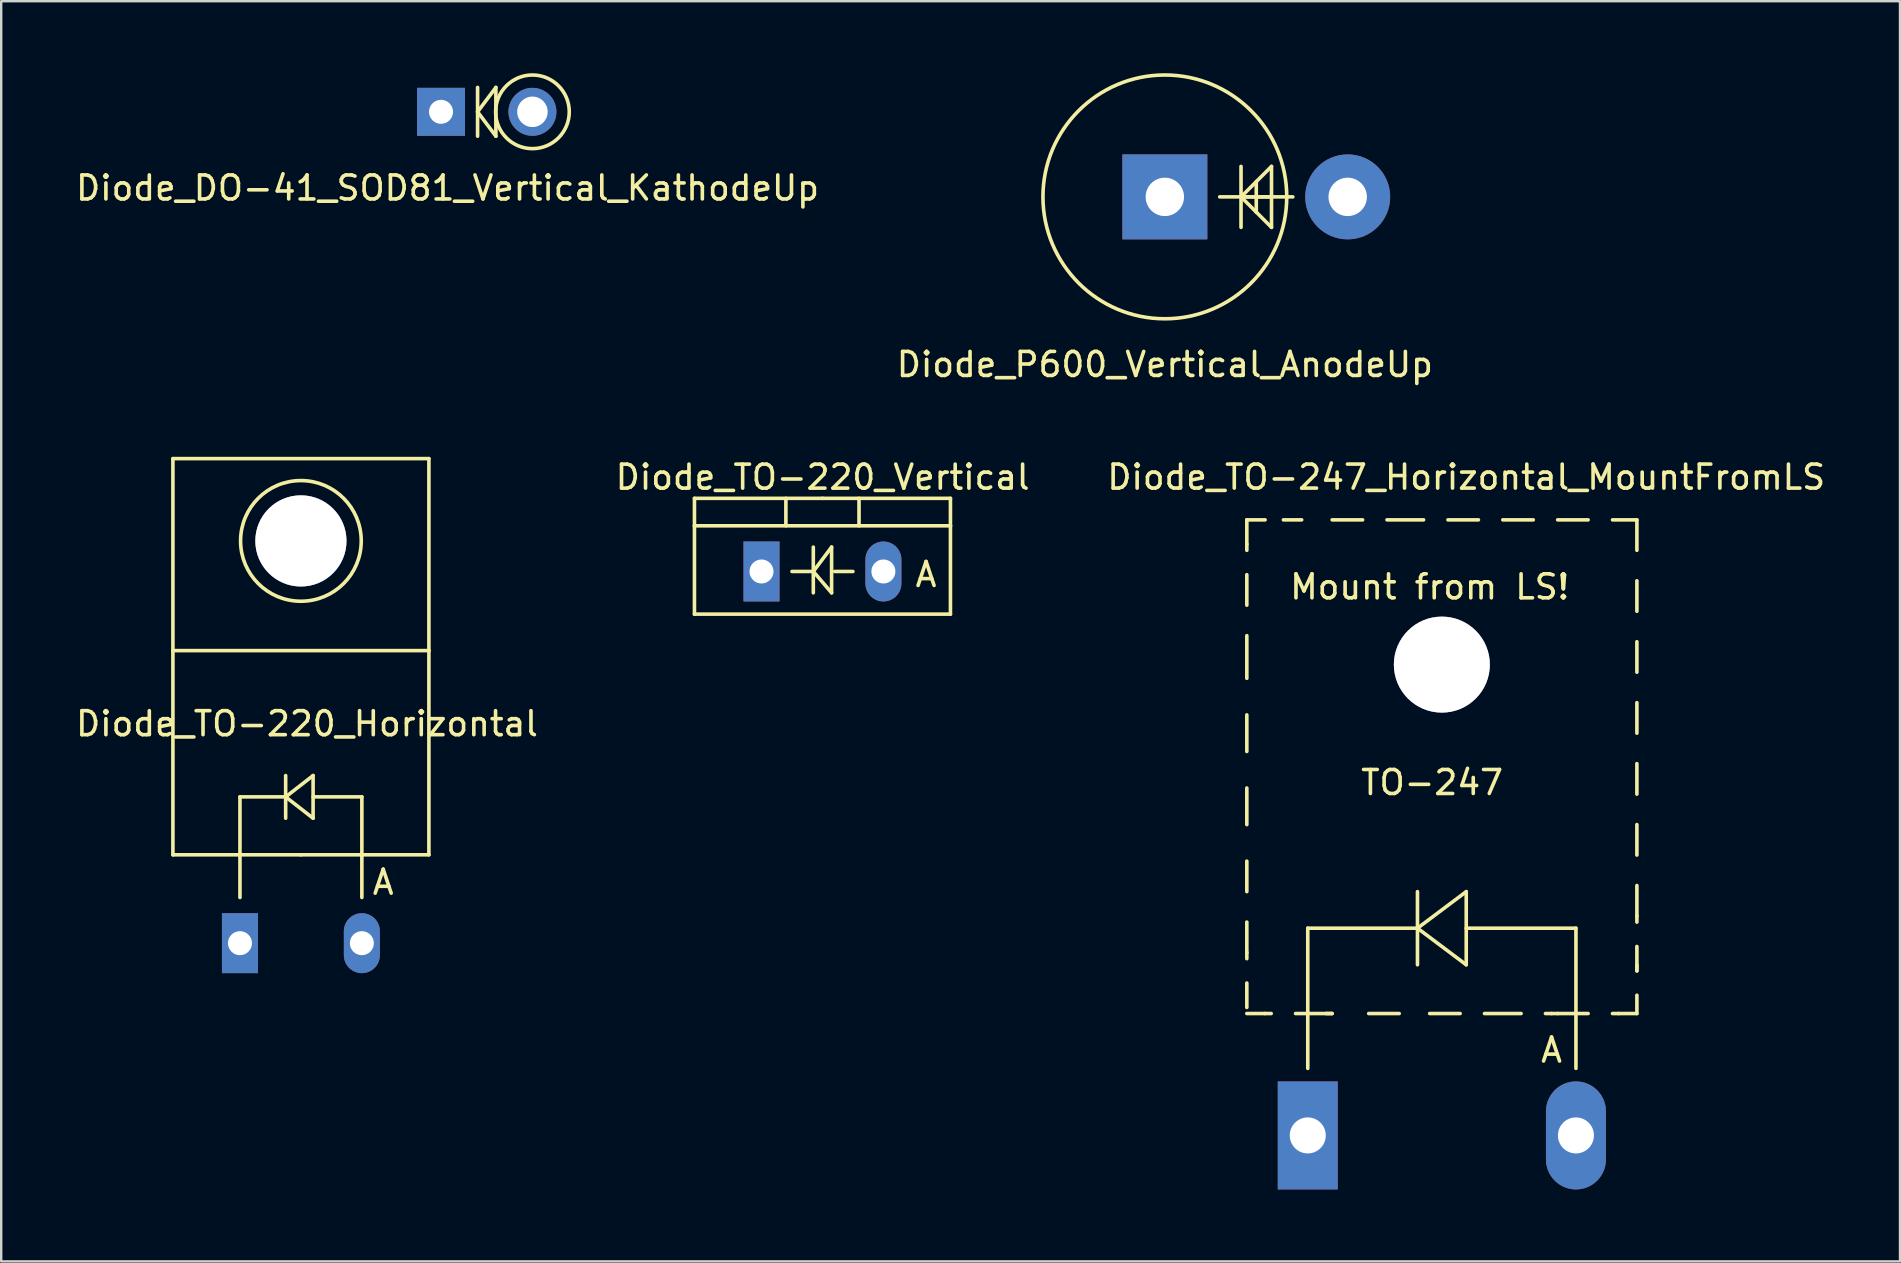
<source format=kicad_pcb>
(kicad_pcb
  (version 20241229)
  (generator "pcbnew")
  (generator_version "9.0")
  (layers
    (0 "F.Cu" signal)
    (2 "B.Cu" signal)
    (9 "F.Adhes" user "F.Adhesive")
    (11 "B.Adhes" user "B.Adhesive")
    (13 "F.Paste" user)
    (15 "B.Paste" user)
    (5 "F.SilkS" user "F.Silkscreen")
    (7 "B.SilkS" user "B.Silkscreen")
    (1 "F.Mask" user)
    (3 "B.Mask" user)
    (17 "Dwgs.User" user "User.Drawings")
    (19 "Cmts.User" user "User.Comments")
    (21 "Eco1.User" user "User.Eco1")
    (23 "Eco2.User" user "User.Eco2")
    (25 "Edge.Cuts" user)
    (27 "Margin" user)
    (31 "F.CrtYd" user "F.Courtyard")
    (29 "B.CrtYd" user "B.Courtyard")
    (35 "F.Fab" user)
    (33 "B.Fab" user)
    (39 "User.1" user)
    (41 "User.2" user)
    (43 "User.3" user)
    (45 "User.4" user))
  (footprint "Diode_DO-41_SOD81_Vertical_KathodeUp"
    (layer "F.Cu")
    (at 15.329 1.61)
    (property "Reference" "Diode_DO-41_SOD81_Vertical_KathodeUp" (at 0.272 3.175 0) (layer "F.SilkS") (effects (font (size 1 1) (thickness 0.15))))
    (attr through_hole)
    (fp_line (start 1.524 -1.016) (end 1.524 1.016) (stroke (width 0.15) (type solid)) (layer "F.SilkS"))
    (fp_line (start 1.524 0) (end 2.286 1.016) (stroke (width 0.15) (type solid)) (layer "F.SilkS"))
    (fp_line (start 2.286 -1.016) (end 1.524 0) (stroke (width 0.15) (type solid)) (layer "F.SilkS"))
    (fp_line (start 2.286 -1.016) (end 2.286 1.016) (stroke (width 0.15) (type solid)) (layer "F.SilkS"))
    (fp_circle (center 3.81 0) (end 2.413 0.635) (stroke (width 0.15) (type solid)) (fill no) (layer "F.SilkS"))
    (pad "1" thru_hole rect (at 0 0 180) (size 1.999 1.999) (drill 1.001) (layers "*.Cu" "*.Mask"))
    (pad "2" thru_hole circle (at 3.81 0 180) (size 1.999 1.999) (drill 1.27) (layers "*.Cu" "*.Mask")))
  (footprint "Diode_P600_Vertical_AnodeUp"
    (layer "F.Cu")
    (at 45.494 5.155)
    (property "Reference" "Diode_P600_Vertical_AnodeUp" (at 0 6.985 0) (layer "F.SilkS") (effects (font (size 1 1) (thickness 0.15))))
    (attr through_hole)
    (fp_line (start 2.286 0) (end 5.334 0) (stroke (width 0.15) (type solid)) (layer "F.SilkS"))
    (fp_line (start 3.175 -1.27) (end 3.175 1.27) (stroke (width 0.15) (type solid)) (layer "F.SilkS"))
    (fp_line (start 3.175 0) (end 4.445 -1.27) (stroke (width 0.15) (type solid)) (layer "F.SilkS"))
    (fp_line (start 3.175 0) (end 4.445 0) (stroke (width 0.15) (type solid)) (layer "F.SilkS"))
    (fp_line (start 3.175 0) (end 4.445 1.27) (stroke (width 0.15) (type solid)) (layer "F.SilkS"))
    (fp_line (start 3.81 -0.635) (end 3.81 0.635) (stroke (width 0.15) (type solid)) (layer "F.SilkS"))
    (fp_line (start 4.445 -1.27) (end 4.445 1.27) (stroke (width 0.15) (type solid)) (layer "F.SilkS"))
    (fp_circle (center 0 0) (end 5.08 0) (stroke (width 0.15) (type solid)) (fill no) (layer "F.SilkS"))
    (pad "1" thru_hole rect (at 0 0) (size 3.541 3.541) (drill 1.6) (layers "*.Cu" "*.Mask"))
    (pad "2" thru_hole circle (at 7.62 0) (size 3.541 3.541) (drill 1.6) (layers "*.Cu" "*.Mask")))
  (footprint "Diode_TO-220_Vertical"
    (layer "F.Cu")
    (at 28.685 20.766)
    (property "Reference" "Diode_TO-220_Vertical" (at 2.548 -3.929 0) (layer "F.SilkS") (effects (font (size 1 1) (thickness 0.15))))
    (attr through_hole)
    (fp_line (start -2.794 -1.905) (end -2.794 -3.048) (stroke (width 0.15) (type solid)) (layer "F.SilkS"))
    (fp_line (start -2.794 1.778) (end -2.794 -1.905) (stroke (width 0.15) (type solid)) (layer "F.SilkS"))
    (fp_line (start 1.016 -3.048) (end 1.016 -1.905) (stroke (width 0.15) (type solid)) (layer "F.SilkS"))
    (fp_line (start 2.159 -1.016) (end 2.159 0.889) (stroke (width 0.15) (type solid)) (layer "F.SilkS"))
    (fp_line (start 2.159 0) (end 1.27 0) (stroke (width 0.15) (type solid)) (layer "F.SilkS"))
    (fp_line (start 2.159 0) (end 2.921 -1.016) (stroke (width 0.15) (type solid)) (layer "F.SilkS"))
    (fp_line (start 2.54 -3.048) (end -2.794 -3.048) (stroke (width 0.15) (type solid)) (layer "F.SilkS"))
    (fp_line (start 2.54 -3.048) (end 7.874 -3.048) (stroke (width 0.15) (type solid)) (layer "F.SilkS"))
    (fp_line (start 2.921 -1.016) (end 2.921 0.889) (stroke (width 0.15) (type solid)) (layer "F.SilkS"))
    (fp_line (start 2.921 0.889) (end 2.159 0) (stroke (width 0.15) (type solid)) (layer "F.SilkS"))
    (fp_line (start 3.048 0) (end 3.81 0) (stroke (width 0.15) (type solid)) (layer "F.SilkS"))
    (fp_line (start 4.064 -3.048) (end 4.064 -1.905) (stroke (width 0.15) (type solid)) (layer "F.SilkS"))
    (fp_line (start 7.874 -3.048) (end 7.874 -1.905) (stroke (width 0.15) (type solid)) (layer "F.SilkS"))
    (fp_line (start 7.874 -1.905) (end -2.794 -1.905) (stroke (width 0.15) (type solid)) (layer "F.SilkS"))
    (fp_line (start 7.874 -1.905) (end 7.874 1.778) (stroke (width 0.15) (type solid)) (layer "F.SilkS"))
    (fp_line (start 7.874 1.778) (end -2.794 1.778) (stroke (width 0.15) (type solid)) (layer "F.SilkS"))
    (fp_text user "A" (at 6.858 0.127 0) (layer "F.SilkS") (effects (font (size 1 1) (thickness 0.15))))
    (pad "1" thru_hole rect (at 0 0 90) (size 2.499 1.501) (drill 1.001) (layers "*.Cu" "*.Mask"))
    (pad "2" thru_hole oval (at 5.08 0 90) (size 2.499 1.501) (drill 1.001) (layers "*.Cu" "*.Mask")))
  (footprint "Diode_TO-220_Horizontal"
    (layer "F.Cu")
    (at 6.953 36.256)
    (property "Reference" "Diode_TO-220_Horizontal" (at 2.791 -9.144 0) (layer "F.SilkS") (effects (font (size 1 1) (thickness 0.15))))
    (attr through_hole)
    (fp_line (start -2.797 -20.193) (end -2.797 -12.192) (stroke (width 0.15) (type solid)) (layer "F.SilkS"))
    (fp_line (start -2.797 -12.192) (end -2.797 -3.683) (stroke (width 0.15) (type solid)) (layer "F.SilkS"))
    (fp_line (start -0.003 -6.096) (end -0.003 -3.683) (stroke (width 0.15) (type solid)) (layer "F.SilkS"))
    (fp_line (start -0.003 -3.683) (end -0.003 -1.905) (stroke (width 0.15) (type solid)) (layer "F.SilkS"))
    (fp_line (start 1.902 -6.985) (end 1.902 -5.207) (stroke (width 0.15) (type solid)) (layer "F.SilkS"))
    (fp_line (start 1.902 -6.096) (end -0.003 -6.096) (stroke (width 0.15) (type solid)) (layer "F.SilkS"))
    (fp_line (start 1.902 -6.096) (end 3.045 -6.985) (stroke (width 0.15) (type solid)) (layer "F.SilkS"))
    (fp_line (start 2.537 -3.683) (end -2.797 -3.683) (stroke (width 0.15) (type solid)) (layer "F.SilkS"))
    (fp_line (start 2.537 -3.683) (end 7.871 -3.683) (stroke (width 0.15) (type solid)) (layer "F.SilkS"))
    (fp_line (start 3.045 -6.985) (end 3.045 -5.207) (stroke (width 0.15) (type solid)) (layer "F.SilkS"))
    (fp_line (start 3.045 -6.096) (end 5.077 -6.096) (stroke (width 0.15) (type solid)) (layer "F.SilkS"))
    (fp_line (start 3.045 -5.207) (end 1.902 -6.096) (stroke (width 0.15) (type solid)) (layer "F.SilkS"))
    (fp_line (start 5.077 -6.096) (end 5.077 -3.683) (stroke (width 0.15) (type solid)) (layer "F.SilkS"))
    (fp_line (start 5.077 -3.683) (end 5.077 -1.905) (stroke (width 0.15) (type solid)) (layer "F.SilkS"))
    (fp_line (start 7.871 -20.193) (end -2.797 -20.193) (stroke (width 0.15) (type solid)) (layer "F.SilkS"))
    (fp_line (start 7.871 -12.192) (end -2.797 -12.192) (stroke (width 0.15) (type solid)) (layer "F.SilkS"))
    (fp_line (start 7.871 -12.192) (end 7.871 -20.193) (stroke (width 0.15) (type solid)) (layer "F.SilkS"))
    (fp_line (start 7.871 -3.683) (end 7.871 -12.192) (stroke (width 0.15) (type solid)) (layer "F.SilkS"))
    (fp_circle (center 2.537 -16.764) (end 4.315 -14.986) (stroke (width 0.15) (type solid)) (fill no) (layer "F.SilkS"))
    (fp_text user "A" (at 5.966 -2.54 0) (layer "F.SilkS") (effects (font (size 1 1) (thickness 0.15))))
    (pad "1" thru_hole rect (at -0.003 0 90) (size 2.499 1.501) (drill 1.001) (layers "*.Cu" "*.Mask"))
    (pad "2" thru_hole circle (at 2.537 -16.764 90) (size 3.8 3.8) (drill 3.8) (layers "*.Cu" "*.Mask"))
    (pad "2" thru_hole oval (at 5.077 0 90) (size 2.499 1.501) (drill 1.001) (layers "*.Cu" "*.Mask")))
  (footprint "Diode_TO-247_Horizontal_MountFromLS"
    (layer "F.Cu")
    (at 51.45 44.271)
    (property "Reference" "Diode_TO-247_Horizontal_MountFromLS" (at 6.604 -27.435 0) (layer "F.SilkS") (effects (font (size 1 1) (thickness 0.15))))
    (attr through_hole)
    (fp_line (start -2.54 -25.657) (end -2.54 -24.641) (stroke (width 0.15) (type solid)) (layer "F.SilkS"))
    (fp_line (start -2.54 -24.641) (end -2.54 -24.387) (stroke (width 0.15) (type solid)) (layer "F.SilkS"))
    (fp_line (start -2.54 -23.371) (end -2.54 -22.101) (stroke (width 0.15) (type solid)) (layer "F.SilkS"))
    (fp_line (start -2.54 -20.831) (end -2.54 -19.053) (stroke (width 0.15) (type solid)) (layer "F.SilkS"))
    (fp_line (start -2.54 -17.529) (end -2.54 -16.005) (stroke (width 0.15) (type solid)) (layer "F.SilkS"))
    (fp_line (start -2.54 -14.481) (end -2.54 -12.957) (stroke (width 0.15) (type solid)) (layer "F.SilkS"))
    (fp_line (start -2.54 -11.433) (end -2.54 -10.163) (stroke (width 0.15) (type solid)) (layer "F.SilkS"))
    (fp_line (start -2.54 -8.893) (end -2.54 -7.623) (stroke (width 0.15) (type solid)) (layer "F.SilkS"))
    (fp_line (start -2.54 -7.623) (end -2.54 -7.369) (stroke (width 0.15) (type solid)) (layer "F.SilkS"))
    (fp_line (start -2.54 -6.353) (end -2.54 -5.337) (stroke (width 0.15) (type solid)) (layer "F.SilkS"))
    (fp_line (start -2.54 -5.083) (end -1.778 -5.083) (stroke (width 0.15) (type solid)) (layer "F.SilkS"))
    (fp_line (start -1.778 -25.657) (end -2.54 -25.657) (stroke (width 0.15) (type solid)) (layer "F.SilkS"))
    (fp_line (start -1.778 -5.083) (end -1.524 -5.083) (stroke (width 0.15) (type solid)) (layer "F.SilkS"))
    (fp_line (start -0.508 -5.083) (end 1.016 -5.083) (stroke (width 0.15) (type solid)) (layer "F.SilkS"))
    (fp_line (start -0.254 -25.657) (end -1.016 -25.657) (stroke (width 0.15) (type solid)) (layer "F.SilkS"))
    (fp_line (start 0 -8.639) (end 0 -5.083) (stroke (width 0.15) (type solid)) (layer "F.SilkS"))
    (fp_line (start 0 -2.797) (end 0 -5.083) (stroke (width 0.15) (type solid)) (layer "F.SilkS"))
    (fp_line (start 1.016 -5.083) (end 0.762 -5.083) (stroke (width 0.15) (type solid)) (layer "F.SilkS"))
    (fp_line (start 2.286 -25.657) (end 1.016 -25.657) (stroke (width 0.15) (type solid)) (layer "F.SilkS"))
    (fp_line (start 3.81 -5.083) (end 2.54 -5.083) (stroke (width 0.15) (type solid)) (layer "F.SilkS"))
    (fp_line (start 4.572 -10.163) (end 4.572 -7.115) (stroke (width 0.15) (type solid)) (layer "F.SilkS"))
    (fp_line (start 4.572 -8.639) (end 0 -8.639) (stroke (width 0.15) (type solid)) (layer "F.SilkS"))
    (fp_line (start 4.572 -8.639) (end 6.604 -10.163) (stroke (width 0.15) (type solid)) (layer "F.SilkS"))
    (fp_line (start 4.826 -25.657) (end 3.302 -25.657) (stroke (width 0.15) (type solid)) (layer "F.SilkS"))
    (fp_line (start 6.35 -5.083) (end 5.08 -5.083) (stroke (width 0.15) (type solid)) (layer "F.SilkS"))
    (fp_line (start 6.604 -10.163) (end 6.604 -7.115) (stroke (width 0.15) (type solid)) (layer "F.SilkS"))
    (fp_line (start 6.604 -8.639) (end 11.176 -8.639) (stroke (width 0.15) (type solid)) (layer "F.SilkS"))
    (fp_line (start 6.604 -7.115) (end 4.572 -8.639) (stroke (width 0.15) (type solid)) (layer "F.SilkS"))
    (fp_line (start 7.112 -25.657) (end 5.842 -25.657) (stroke (width 0.15) (type solid)) (layer "F.SilkS"))
    (fp_line (start 8.89 -5.083) (end 7.366 -5.083) (stroke (width 0.15) (type solid)) (layer "F.SilkS"))
    (fp_line (start 9.398 -25.657) (end 8.128 -25.657) (stroke (width 0.15) (type solid)) (layer "F.SilkS"))
    (fp_line (start 10.16 -5.083) (end 9.906 -5.083) (stroke (width 0.15) (type solid)) (layer "F.SilkS"))
    (fp_line (start 10.414 -5.083) (end 10.16 -5.083) (stroke (width 0.15) (type solid)) (layer "F.SilkS"))
    (fp_line (start 11.176 -8.639) (end 11.176 -5.083) (stroke (width 0.15) (type solid)) (layer "F.SilkS"))
    (fp_line (start 11.176 -2.797) (end 11.176 -5.083) (stroke (width 0.15) (type solid)) (layer "F.SilkS"))
    (fp_line (start 11.684 -25.657) (end 10.414 -25.657) (stroke (width 0.15) (type solid)) (layer "F.SilkS"))
    (fp_line (start 11.684 -5.083) (end 10.414 -5.083) (stroke (width 0.15) (type solid)) (layer "F.SilkS"))
    (fp_line (start 12.954 -5.083) (end 12.7 -5.083) (stroke (width 0.15) (type solid)) (layer "F.SilkS"))
    (fp_line (start 13.716 -25.657) (end 12.7 -25.657) (stroke (width 0.15) (type solid)) (layer "F.SilkS"))
    (fp_line (start 13.716 -25.657) (end 13.716 -24.387) (stroke (width 0.15) (type solid)) (layer "F.SilkS"))
    (fp_line (start 13.716 -23.117) (end 13.716 -21.847) (stroke (width 0.15) (type solid)) (layer "F.SilkS"))
    (fp_line (start 13.716 -20.577) (end 13.716 -19.307) (stroke (width 0.15) (type solid)) (layer "F.SilkS"))
    (fp_line (start 13.716 -18.037) (end 13.716 -16.767) (stroke (width 0.15) (type solid)) (layer "F.SilkS"))
    (fp_line (start 13.716 -15.497) (end 13.716 -14.227) (stroke (width 0.15) (type solid)) (layer "F.SilkS"))
    (fp_line (start 13.716 -12.957) (end 13.716 -11.687) (stroke (width 0.15) (type solid)) (layer "F.SilkS"))
    (fp_line (start 13.716 -10.417) (end 13.716 -9.147) (stroke (width 0.15) (type solid)) (layer "F.SilkS"))
    (fp_line (start 13.716 -9.147) (end 13.716 -8.893) (stroke (width 0.15) (type solid)) (layer "F.SilkS"))
    (fp_line (start 13.716 -7.877) (end 13.716 -6.861) (stroke (width 0.15) (type solid)) (layer "F.SilkS"))
    (fp_line (start 13.716 -6.861) (end 13.716 -7.115) (stroke (width 0.15) (type solid)) (layer "F.SilkS"))
    (fp_line (start 13.716 -5.845) (end 13.716 -5.083) (stroke (width 0.15) (type solid)) (layer "F.SilkS"))
    (fp_line (start 13.716 -5.083) (end 12.954 -5.083) (stroke (width 0.15) (type solid)) (layer "F.SilkS"))
    (fp_circle (center 5.588 -19.561) (end 3.81 -19.561) (stroke (width 0.15) (type solid)) (fill no) (layer "F.SilkS"))
    (fp_text user "Mount from LS!" (at 5.08 -22.863 0) (layer "F.SilkS") (effects (font (size 1 1) (thickness 0.15))))
    (fp_text user "A" (at 10.16 -3.559 0) (layer "F.SilkS") (effects (font (size 1 1) (thickness 0.15))))
    (fp_text user "TO-247" (at 5.182 -14.709 0) (layer "F.SilkS") (effects (font (size 1 1) (thickness 0.15))))
    (pad "1" thru_hole rect (at 0 -0.003 90) (size 4.501 2.499) (drill 1.501) (layers "*.Cu" "*.Mask"))
    (pad "2" thru_hole oval (at 11.176 -0.003 90) (size 4.501 2.499) (drill 1.501) (layers "*.Cu" "*.Mask"))
    (pad "9" thru_hole circle (at 5.588 -19.624 180) (size 4 4) (drill 4) (layers "B.Cu")))
  (gr_rect
    (start -3 -3)
    (end 76.131 49.519)
    (stroke (width 0.1) (type default))
    (fill no)
    (layer "Edge.Cuts")))
</source>
